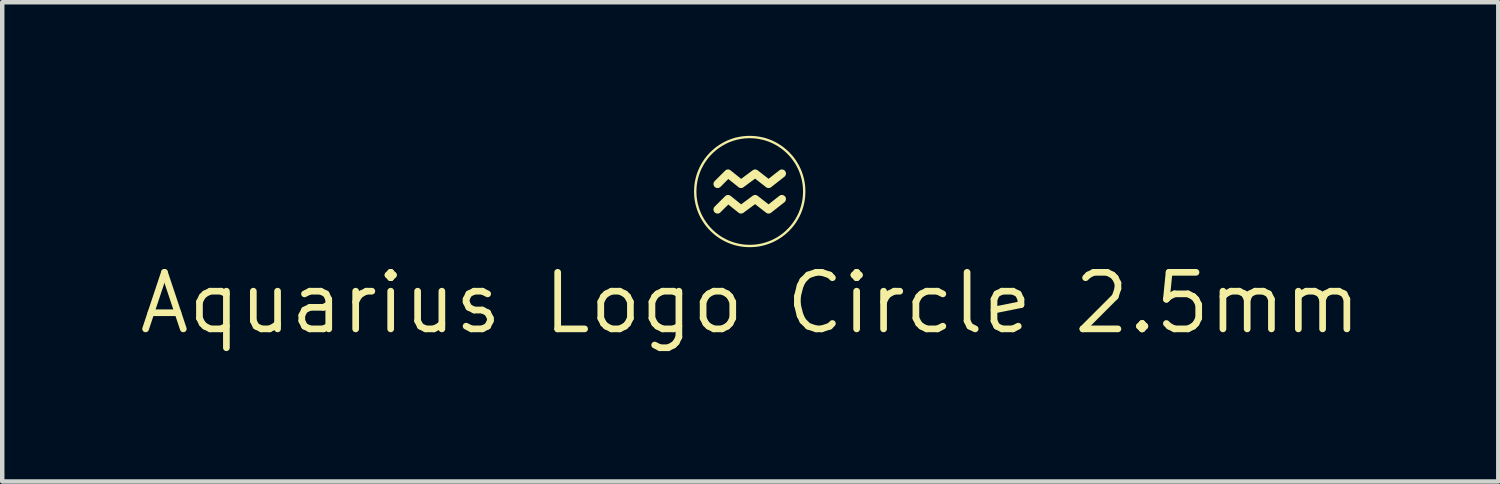
<source format=kicad_pcb>
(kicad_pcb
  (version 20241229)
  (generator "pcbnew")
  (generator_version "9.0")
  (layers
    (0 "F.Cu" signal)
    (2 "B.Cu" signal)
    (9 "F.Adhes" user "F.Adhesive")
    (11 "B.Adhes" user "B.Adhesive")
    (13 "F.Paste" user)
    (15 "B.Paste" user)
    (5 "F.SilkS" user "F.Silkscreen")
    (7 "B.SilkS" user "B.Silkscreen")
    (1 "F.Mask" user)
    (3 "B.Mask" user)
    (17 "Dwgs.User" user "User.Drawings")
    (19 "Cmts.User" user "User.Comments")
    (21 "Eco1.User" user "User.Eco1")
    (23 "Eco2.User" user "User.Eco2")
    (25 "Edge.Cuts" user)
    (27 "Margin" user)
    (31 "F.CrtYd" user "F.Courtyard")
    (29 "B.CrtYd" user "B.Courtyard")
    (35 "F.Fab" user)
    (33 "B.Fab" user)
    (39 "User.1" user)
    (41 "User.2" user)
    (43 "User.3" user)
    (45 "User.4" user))
  (footprint "Aquarius Logo Circle 2.5mm"
    (layer "F.Cu")
    (at 13.796 1.255)
    (property "Reference" "Aquarius Logo Circle 2.5mm" (at 0 2.5 0) (layer "F.SilkS") (effects (font (size 1.27 1.27) (thickness 0.15))))
    (fp_poly (pts (xy -0.496 -0.5) (xy -0.492 -0.5) (xy -0.488 -0.499) (xy -0.484 -0.499) (xy -0.48 -0.498) (xy -0.476 -0.497) (xy -0.472 -0.496) (xy -0.468 -0.495) (xy -0.464 -0.493) (xy -0.46 -0.491) (xy -0.457 -0.489) (xy -0.453 -0.487) (xy -0.449 -0.485) (xy -0.446 -0.483) (xy -0.442 -0.48) (xy -0.205 -0.289) (xy 0.055 -0.482) (xy 0.059 -0.484) (xy 0.062 -0.486) (xy 0.065 -0.488) (xy 0.068 -0.49) (xy 0.075 -0.493) (xy 0.082 -0.496) (xy 0.089 -0.498) (xy 0.096 -0.499) (xy 0.104 -0.5) (xy 0.111 -0.5) (xy 0.118 -0.5) (xy 0.126 -0.499) (xy 0.133 -0.497) (xy 0.14 -0.495) (xy 0.147 -0.492) (xy 0.153 -0.489) (xy 0.157 -0.487) (xy 0.16 -0.485) (xy 0.163 -0.483) (xy 0.166 -0.481) (xy 0.411 -0.29) (xy 0.654 -0.481) (xy 0.657 -0.483) (xy 0.661 -0.486) (xy 0.665 -0.488) (xy 0.669 -0.49) (xy 0.673 -0.492) (xy 0.678 -0.494) (xy 0.682 -0.496) (xy 0.686 -0.497) (xy 0.69 -0.498) (xy 0.695 -0.499) (xy 0.699 -0.499) (xy 0.704 -0.5) (xy 0.708 -0.5) (xy 0.712 -0.5) (xy 0.717 -0.5) (xy 0.721 -0.499) (xy 0.725 -0.499) (xy 0.73 -0.498) (xy 0.734 -0.497) (xy 0.738 -0.496) (xy 0.742 -0.494) (xy 0.746 -0.493) (xy 0.75 -0.491) (xy 0.754 -0.489) (xy 0.758 -0.486) (xy 0.762 -0.484) (xy 0.766 -0.481) (xy 0.769 -0.478) (xy 0.773 -0.475) (xy 0.776 -0.472) (xy 0.779 -0.469) (xy 0.782 -0.465) (xy 0.785 -0.461) (xy 0.787 -0.457) (xy 0.79 -0.454) (xy 0.792 -0.449) (xy 0.794 -0.445) (xy 0.796 -0.441) (xy 0.797 -0.437) (xy 0.798 -0.433) (xy 0.799 -0.428) (xy 0.8 -0.424) (xy 0.801 -0.42) (xy 0.801 -0.415) (xy 0.802 -0.411) (xy 0.802 -0.406) (xy 0.801 -0.402) (xy 0.801 -0.398) (xy 0.8 -0.393) (xy 0.799 -0.389) (xy 0.798 -0.385) (xy 0.797 -0.381) (xy 0.796 -0.376) (xy 0.794 -0.372) (xy 0.792 -0.368) (xy 0.79 -0.364) (xy 0.788 -0.361) (xy 0.785 -0.357) (xy 0.783 -0.353) (xy 0.78 -0.35) (xy 0.777 -0.346) (xy 0.774 -0.343) (xy 0.77 -0.34) (xy 0.767 -0.337) (xy 0.468 -0.102) (xy 0.465 -0.1) (xy 0.462 -0.098) (xy 0.458 -0.095) (xy 0.455 -0.094) (xy 0.452 -0.092) (xy 0.448 -0.09) (xy 0.445 -0.089) (xy 0.441 -0.087) (xy 0.437 -0.086) (xy 0.434 -0.085) (xy 0.43 -0.084) (xy 0.426 -0.084) (xy 0.423 -0.083) (xy 0.419 -0.083) (xy 0.415 -0.083) (xy 0.412 -0.083) (xy 0.408 -0.083) (xy 0.404 -0.083) (xy 0.4 -0.083) (xy 0.397 -0.084) (xy 0.393 -0.084) (xy 0.389 -0.085) (xy 0.386 -0.086) (xy 0.382 -0.087) (xy 0.379 -0.089) (xy 0.375 -0.09) (xy 0.372 -0.092) (xy 0.368 -0.093) (xy 0.365 -0.095) (xy 0.362 -0.097) (xy 0.359 -0.1) (xy 0.355 -0.102) (xy 0.109 -0.294) (xy -0.153 -0.101) (xy -0.156 -0.098) (xy -0.159 -0.096) (xy -0.162 -0.094) (xy -0.166 -0.092) (xy -0.173 -0.089) (xy -0.18 -0.087) (xy -0.187 -0.085) (xy -0.194 -0.084) (xy -0.201 -0.083) (xy -0.209 -0.083) (xy -0.216 -0.083) (xy -0.223 -0.084) (xy -0.231 -0.086) (xy -0.238 -0.088) (xy -0.245 -0.091) (xy -0.251 -0.094) (xy -0.255 -0.096) (xy -0.258 -0.098) (xy -0.261 -0.1) (xy -0.264 -0.103) (xy -0.493 -0.286) (xy -0.669 -0.109) (xy -0.673 -0.106) (xy -0.676 -0.103) (xy -0.68 -0.1) (xy -0.684 -0.098) (xy -0.688 -0.095) (xy -0.692 -0.093) (xy -0.696 -0.091) (xy -0.7 -0.089) (xy -0.704 -0.088) (xy -0.708 -0.086) (xy -0.712 -0.085) (xy -0.717 -0.084) (xy -0.721 -0.084) (xy -0.725 -0.083) (xy -0.73 -0.083) (xy -0.734 -0.083) (xy -0.739 -0.083) (xy -0.743 -0.083) (xy -0.747 -0.084) (xy -0.752 -0.084) (xy -0.756 -0.085) (xy -0.76 -0.086) (xy -0.764 -0.088) (xy -0.769 -0.089) (xy -0.773 -0.091) (xy -0.777 -0.093) (xy -0.781 -0.095) (xy -0.784 -0.098) (xy -0.788 -0.1) (xy -0.792 -0.103) (xy -0.795 -0.106) (xy -0.799 -0.109) (xy -0.802 -0.113) (xy -0.805 -0.116) (xy -0.808 -0.12) (xy -0.81 -0.124) (xy -0.813 -0.128) (xy -0.815 -0.132) (xy -0.817 -0.136) (xy -0.819 -0.14) (xy -0.82 -0.144) (xy -0.822 -0.148) (xy -0.823 -0.152) (xy -0.824 -0.157) (xy -0.825 -0.161) (xy -0.825 -0.165) (xy -0.825 -0.17) (xy -0.826 -0.174) (xy -0.825 -0.178) (xy -0.825 -0.183) (xy -0.825 -0.187) (xy -0.824 -0.191) (xy -0.823 -0.196) (xy -0.822 -0.2) (xy -0.82 -0.204) (xy -0.819 -0.208) (xy -0.817 -0.213) (xy -0.815 -0.217) (xy -0.813 -0.22) (xy -0.81 -0.224) (xy -0.808 -0.228) (xy -0.805 -0.232) (xy -0.802 -0.235) (xy -0.799 -0.239) (xy -0.564 -0.473) (xy -0.561 -0.476) (xy -0.558 -0.479) (xy -0.554 -0.482) (xy -0.551 -0.484) (xy -0.547 -0.487) (xy -0.544 -0.489) (xy -0.54 -0.491) (xy -0.536 -0.492) (xy -0.532 -0.494) (xy -0.529 -0.495) (xy -0.525 -0.497) (xy -0.521 -0.498) (xy -0.517 -0.498) (xy -0.513 -0.499) (xy -0.509 -0.5) (xy -0.505 -0.5) (xy -0.5 -0.5)) (stroke (width -0.000001) (type solid)) (fill yes) (layer "F.SilkS"))
    (fp_poly (pts (xy 0.717 0.073) (xy 0.721 0.073) (xy 0.725 0.074) (xy 0.73 0.075) (xy 0.734 0.076) (xy 0.738 0.077) (xy 0.742 0.079) (xy 0.746 0.08) (xy 0.75 0.082) (xy 0.754 0.084) (xy 0.758 0.086) (xy 0.762 0.089) (xy 0.766 0.092) (xy 0.769 0.094) (xy 0.773 0.097) (xy 0.776 0.101) (xy 0.779 0.104) (xy 0.782 0.108) (xy 0.785 0.112) (xy 0.787 0.115) (xy 0.79 0.119) (xy 0.792 0.123) (xy 0.794 0.127) (xy 0.796 0.132) (xy 0.797 0.136) (xy 0.798 0.14) (xy 0.799 0.144) (xy 0.8 0.149) (xy 0.801 0.153) (xy 0.801 0.158) (xy 0.802 0.162) (xy 0.802 0.166) (xy 0.801 0.171) (xy 0.801 0.175) (xy 0.8 0.179) (xy 0.799 0.184) (xy 0.798 0.188) (xy 0.797 0.192) (xy 0.796 0.196) (xy 0.794 0.2) (xy 0.792 0.205) (xy 0.79 0.208) (xy 0.788 0.212) (xy 0.785 0.216) (xy 0.783 0.22) (xy 0.78 0.223) (xy 0.777 0.227) (xy 0.774 0.23) (xy 0.77 0.233) (xy 0.767 0.236) (xy 0.468 0.471) (xy 0.465 0.473) (xy 0.462 0.475) (xy 0.458 0.477) (xy 0.455 0.479) (xy 0.452 0.481) (xy 0.448 0.483) (xy 0.445 0.484) (xy 0.441 0.485) (xy 0.437 0.487) (xy 0.434 0.487) (xy 0.43 0.488) (xy 0.426 0.489) (xy 0.423 0.49) (xy 0.419 0.49) (xy 0.415 0.49) (xy 0.412 0.49) (xy 0.408 0.49) (xy 0.404 0.49) (xy 0.4 0.49) (xy 0.397 0.489) (xy 0.393 0.488) (xy 0.389 0.488) (xy 0.386 0.487) (xy 0.382 0.485) (xy 0.379 0.484) (xy 0.375 0.483) (xy 0.372 0.481) (xy 0.368 0.479) (xy 0.365 0.478) (xy 0.362 0.476) (xy 0.359 0.473) (xy 0.355 0.471) (xy 0.109 0.279) (xy -0.153 0.472) (xy -0.156 0.475) (xy -0.159 0.477) (xy -0.162 0.479) (xy -0.166 0.48) (xy -0.173 0.484) (xy -0.18 0.486) (xy -0.187 0.488) (xy -0.194 0.489) (xy -0.201 0.49) (xy -0.209 0.49) (xy -0.216 0.49) (xy -0.223 0.489) (xy -0.231 0.487) (xy -0.238 0.485) (xy -0.245 0.482) (xy -0.251 0.479) (xy -0.255 0.477) (xy -0.258 0.475) (xy -0.261 0.473) (xy -0.264 0.47) (xy -0.493 0.287) (xy -0.67 0.463) (xy -0.673 0.467) (xy -0.676 0.47) (xy -0.68 0.473) (xy -0.684 0.475) (xy -0.688 0.478) (xy -0.692 0.48) (xy -0.696 0.482) (xy -0.7 0.484) (xy -0.704 0.485) (xy -0.708 0.486) (xy -0.712 0.488) (xy -0.717 0.489) (xy -0.721 0.489) (xy -0.725 0.49) (xy -0.73 0.49) (xy -0.734 0.49) (xy -0.739 0.49) (xy -0.743 0.49) (xy -0.747 0.489) (xy -0.752 0.489) (xy -0.756 0.488) (xy -0.76 0.486) (xy -0.764 0.485) (xy -0.769 0.484) (xy -0.773 0.482) (xy -0.777 0.48) (xy -0.781 0.478) (xy -0.784 0.475) (xy -0.788 0.473) (xy -0.792 0.47) (xy -0.795 0.467) (xy -0.799 0.463) (xy -0.802 0.46) (xy -0.805 0.457) (xy -0.808 0.453) (xy -0.81 0.449) (xy -0.813 0.445) (xy -0.815 0.441) (xy -0.817 0.437) (xy -0.819 0.433) (xy -0.82 0.429) (xy -0.822 0.425) (xy -0.823 0.421) (xy -0.824 0.416) (xy -0.825 0.412) (xy -0.825 0.408) (xy -0.825 0.403) (xy -0.826 0.399) (xy -0.825 0.394) (xy -0.825 0.39) (xy -0.825 0.386) (xy -0.824 0.381) (xy -0.823 0.377) (xy -0.822 0.373) (xy -0.82 0.369) (xy -0.819 0.364) (xy -0.817 0.36) (xy -0.815 0.356) (xy -0.813 0.352) (xy -0.81 0.349) (xy -0.808 0.345) (xy -0.805 0.341) (xy -0.802 0.338) (xy -0.799 0.334) (xy -0.564 0.1) (xy -0.561 0.097) (xy -0.558 0.094) (xy -0.554 0.091) (xy -0.551 0.089) (xy -0.547 0.086) (xy -0.544 0.084) (xy -0.54 0.082) (xy -0.536 0.081) (xy -0.532 0.079) (xy -0.529 0.078) (xy -0.525 0.076) (xy -0.521 0.075) (xy -0.517 0.074) (xy -0.513 0.074) (xy -0.509 0.073) (xy -0.505 0.073) (xy -0.5 0.073) (xy -0.496 0.073) (xy -0.492 0.073) (xy -0.488 0.073) (xy -0.484 0.074) (xy -0.48 0.075) (xy -0.476 0.076) (xy -0.472 0.077) (xy -0.468 0.078) (xy -0.464 0.08) (xy -0.46 0.082) (xy -0.457 0.083) (xy -0.453 0.086) (xy -0.449 0.088) (xy -0.446 0.09) (xy -0.442 0.093) (xy -0.205 0.283) (xy 0.055 0.091) (xy 0.059 0.089) (xy 0.062 0.086) (xy 0.065 0.085) (xy 0.068 0.083) (xy 0.075 0.08) (xy 0.082 0.077) (xy 0.089 0.075) (xy 0.096 0.074) (xy 0.104 0.073) (xy 0.111 0.073) (xy 0.118 0.073) (xy 0.126 0.074) (xy 0.133 0.076) (xy 0.14 0.078) (xy 0.147 0.08) (xy 0.153 0.084) (xy 0.157 0.086) (xy 0.16 0.088) (xy 0.163 0.09) (xy 0.166 0.092) (xy 0.411 0.283) (xy 0.654 0.092) (xy 0.657 0.09) (xy 0.661 0.087) (xy 0.665 0.085) (xy 0.669 0.082) (xy 0.673 0.08) (xy 0.678 0.079) (xy 0.682 0.077) (xy 0.686 0.076) (xy 0.69 0.075) (xy 0.695 0.074) (xy 0.699 0.073) (xy 0.704 0.073) (xy 0.708 0.073) (xy 0.712 0.073)) (stroke (width -0.000001) (type solid)) (fill yes) (layer "F.SilkS"))
    (fp_poly (pts (xy 0.052 -1.253) (xy 0.116 -1.248) (xy 0.178 -1.24) (xy 0.24 -1.229) (xy 0.3 -1.216) (xy 0.36 -1.199) (xy 0.418 -1.179) (xy 0.475 -1.157) (xy 0.53 -1.132) (xy 0.584 -1.104) (xy 0.636 -1.074) (xy 0.687 -1.041) (xy 0.736 -1.007) (xy 0.783 -0.969) (xy 0.828 -0.93) (xy 0.872 -0.889) (xy 0.913 -0.845) (xy 0.953 -0.8) (xy 0.99 -0.753) (xy 1.025 -0.704) (xy 1.057 -0.653) (xy 1.087 -0.601) (xy 1.115 -0.547) (xy 1.14 -0.491) (xy 1.162 -0.435) (xy 1.182 -0.377) (xy 1.199 -0.317) (xy 1.213 -0.257) (xy 1.224 -0.195) (xy 1.232 -0.133) (xy 1.236 -0.069) (xy 1.238 -0.005) (xy 1.236 0.059) (xy 1.232 0.123) (xy 1.224 0.185) (xy 1.213 0.247) (xy 1.199 0.307) (xy 1.182 0.367) (xy 1.162 0.425) (xy 1.14 0.482) (xy 1.115 0.537) (xy 1.087 0.591) (xy 1.057 0.643) (xy 1.025 0.694) (xy 0.99 0.743) (xy 0.953 0.79) (xy 0.913 0.836) (xy 0.872 0.879) (xy 0.828 0.92) (xy 0.783 0.96) (xy 0.736 0.997) (xy 0.687 1.032) (xy 0.636 1.064) (xy 0.584 1.094) (xy 0.53 1.122) (xy 0.475 1.147) (xy 0.418 1.169) (xy 0.36 1.189) (xy 0.3 1.206) (xy 0.24 1.22) (xy 0.178 1.231) (xy 0.116 1.239) (xy 0.052 1.243) (xy -0.012 1.245) (xy -0.076 1.243) (xy -0.14 1.239) (xy -0.202 1.231) (xy -0.264 1.22) (xy -0.324 1.206) (xy -0.384 1.189) (xy -0.442 1.169) (xy -0.499 1.147) (xy -0.554 1.122) (xy -0.608 1.094) (xy -0.66 1.064) (xy -0.711 1.032) (xy -0.76 0.997) (xy -0.807 0.96) (xy -0.852 0.92) (xy -0.896 0.879) (xy -0.937 0.836) (xy -0.977 0.79) (xy -1.014 0.743) (xy -1.048 0.694) (xy -1.081 0.643) (xy -1.111 0.591) (xy -1.139 0.537) (xy -1.164 0.482) (xy -1.186 0.425) (xy -1.206 0.367) (xy -1.223 0.307) (xy -1.237 0.247) (xy -1.248 0.185) (xy -1.256 0.123) (xy -1.26 0.059) (xy -1.262 -0.005) (xy -1.209 -0.005) (xy -1.207 0.057) (xy -1.203 0.117) (xy -1.195 0.177) (xy -1.185 0.236) (xy -1.171 0.294) (xy -1.155 0.351) (xy -1.136 0.407) (xy -1.115 0.461) (xy -1.091 0.514) (xy -1.064 0.566) (xy -1.036 0.616) (xy -1.004 0.664) (xy -0.971 0.711) (xy -0.936 0.756) (xy -0.898 0.8) (xy -0.858 0.841) (xy -0.817 0.881) (xy -0.773 0.919) (xy -0.728 0.954) (xy -0.681 0.988) (xy -0.633 1.019) (xy -0.582 1.047) (xy -0.531 1.074) (xy -0.478 1.098) (xy -0.423 1.119) (xy -0.368 1.138) (xy -0.311 1.154) (xy -0.253 1.168) (xy -0.194 1.178) (xy -0.134 1.186) (xy -0.074 1.19) (xy -0.012 1.192) (xy 0.05 1.19) (xy 0.11 1.186) (xy 0.17 1.178) (xy 0.229 1.168) (xy 0.287 1.154) (xy 0.344 1.138) (xy 0.4 1.119) (xy 0.454 1.098) (xy 0.507 1.074) (xy 0.559 1.047) (xy 0.609 1.019) (xy 0.657 0.988) (xy 0.704 0.954) (xy 0.749 0.919) (xy 0.793 0.881) (xy 0.834 0.841) (xy 0.874 0.8) (xy 0.912 0.756) (xy 0.947 0.711) (xy 0.98 0.664) (xy 1.012 0.616) (xy 1.04 0.566) (xy 1.067 0.514) (xy 1.091 0.461) (xy 1.112 0.407) (xy 1.131 0.351) (xy 1.147 0.294) (xy 1.161 0.236) (xy 1.171 0.177) (xy 1.179 0.117) (xy 1.183 0.057) (xy 1.185 -0.005) (xy 1.183 -0.066) (xy 1.179 -0.127) (xy 1.171 -0.187) (xy 1.161 -0.246) (xy 1.147 -0.304) (xy 1.131 -0.361) (xy 1.112 -0.416) (xy 1.091 -0.471) (xy 1.067 -0.524) (xy 1.04 -0.575) (xy 1.012 -0.626) (xy 0.98 -0.674) (xy 0.947 -0.721) (xy 0.912 -0.766) (xy 0.874 -0.81) (xy 0.834 -0.851) (xy 0.793 -0.891) (xy 0.749 -0.928) (xy 0.704 -0.964) (xy 0.657 -0.997) (xy 0.609 -1.029) (xy 0.559 -1.057) (xy 0.507 -1.084) (xy 0.454 -1.108) (xy 0.4 -1.129) (xy 0.344 -1.148) (xy 0.287 -1.164) (xy 0.229 -1.177) (xy 0.17 -1.188) (xy 0.11 -1.196) (xy 0.05 -1.2) (xy -0.012 -1.202) (xy -0.074 -1.2) (xy -0.134 -1.196) (xy -0.194 -1.188) (xy -0.253 -1.177) (xy -0.311 -1.164) (xy -0.368 -1.148) (xy -0.423 -1.129) (xy -0.478 -1.108) (xy -0.531 -1.084) (xy -0.582 -1.057) (xy -0.633 -1.028) (xy -0.681 -0.997) (xy -0.728 -0.964) (xy -0.773 -0.928) (xy -0.817 -0.891) (xy -0.858 -0.851) (xy -0.898 -0.81) (xy -0.936 -0.766) (xy -0.971 -0.721) (xy -1.004 -0.674) (xy -1.036 -0.626) (xy -1.064 -0.575) (xy -1.091 -0.524) (xy -1.115 -0.471) (xy -1.136 -0.416) (xy -1.155 -0.361) (xy -1.171 -0.304) (xy -1.185 -0.246) (xy -1.195 -0.187) (xy -1.203 -0.127) (xy -1.207 -0.066) (xy -1.209 -0.005) (xy -1.262 -0.005) (xy -1.26 -0.069) (xy -1.256 -0.133) (xy -1.248 -0.195) (xy -1.237 -0.257) (xy -1.223 -0.317) (xy -1.206 -0.377) (xy -1.186 -0.435) (xy -1.164 -0.491) (xy -1.139 -0.547) (xy -1.111 -0.601) (xy -1.081 -0.653) (xy -1.048 -0.704) (xy -1.014 -0.753) (xy -0.977 -0.8) (xy -0.937 -0.845) (xy -0.896 -0.889) (xy -0.852 -0.93) (xy -0.807 -0.969) (xy -0.76 -1.007) (xy -0.711 -1.041) (xy -0.66 -1.074) (xy -0.608 -1.104) (xy -0.554 -1.132) (xy -0.499 -1.157) (xy -0.442 -1.179) (xy -0.384 -1.199) (xy -0.324 -1.216) (xy -0.264 -1.229) (xy -0.202 -1.24) (xy -0.14 -1.248) (xy -0.076 -1.253) (xy -0.012 -1.255)) (stroke (width -0.000001) (type solid)) (fill yes) (layer "F.SilkS")))
  (gr_rect
    (start -3 -3)
    (end 30.592 7.761)
    (stroke (width 0.1) (type default))
    (fill no)
    (layer "Edge.Cuts")))
</source>
